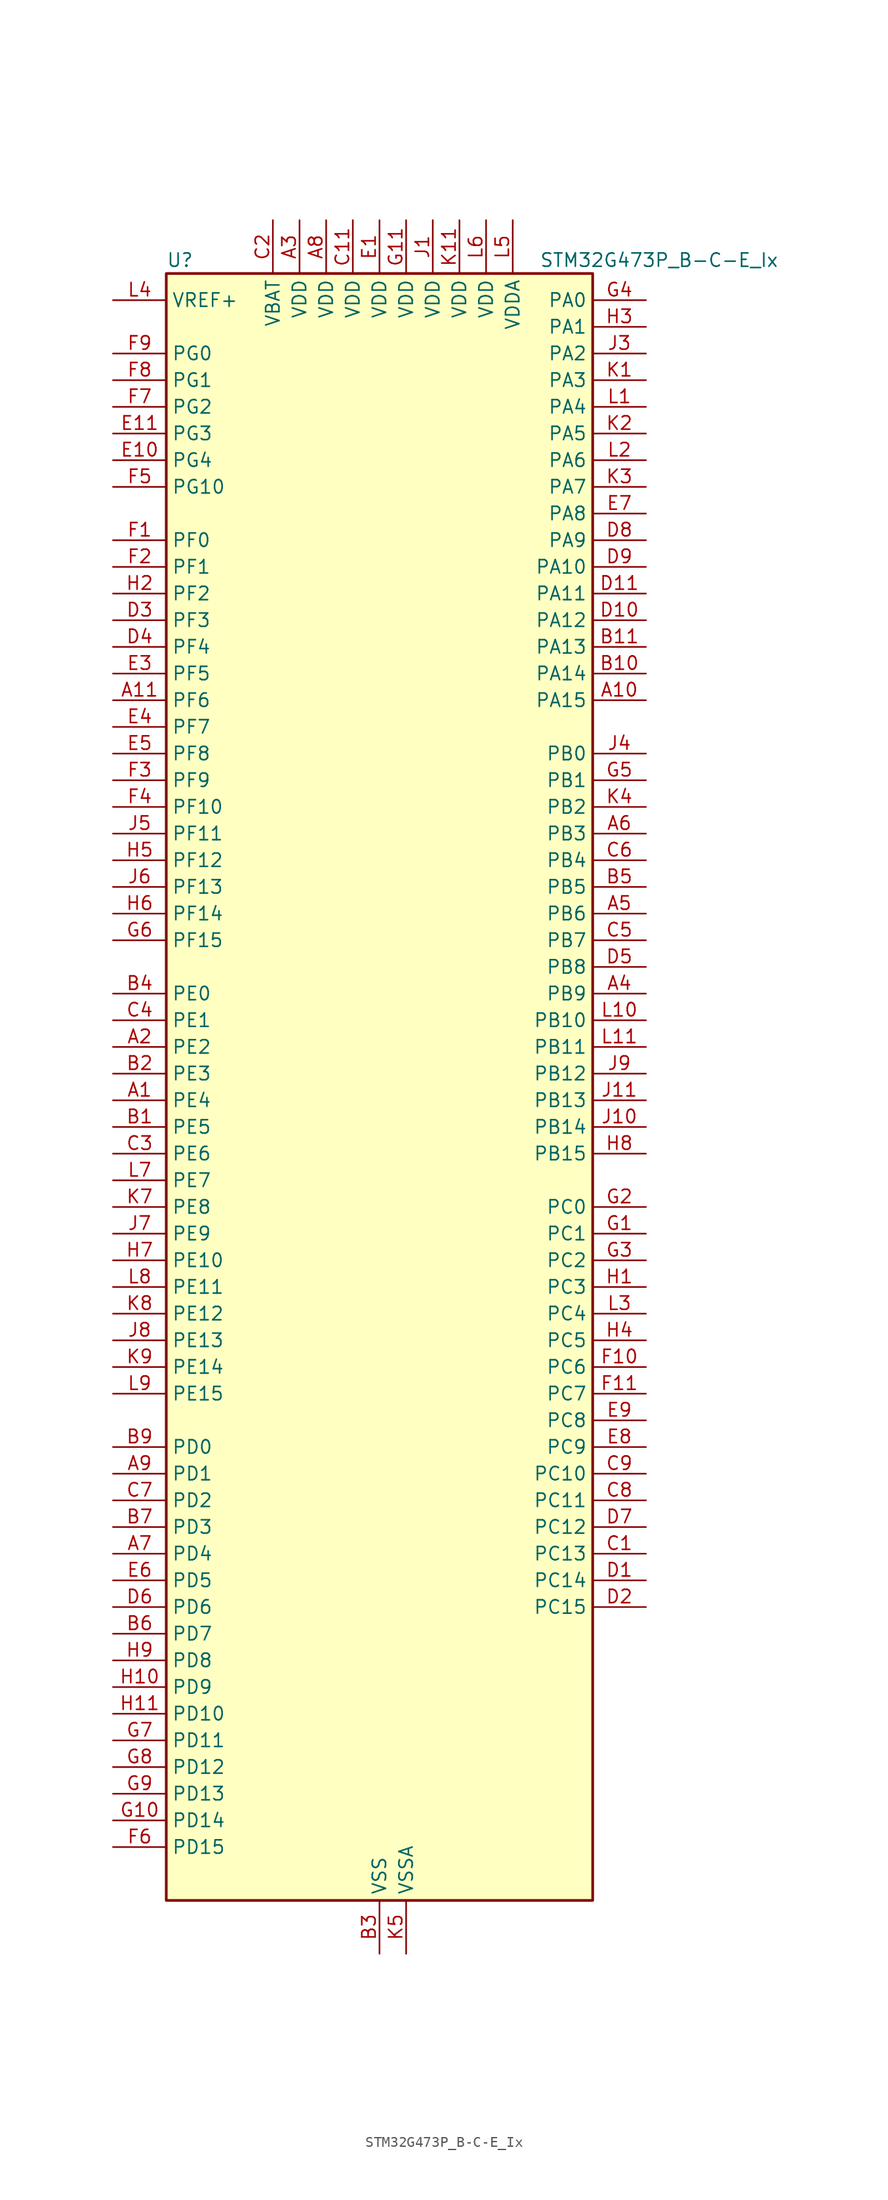
<source format=kicad_sym>
(kicad_symbol_lib
  (version 20220914)
  (generator kicad_symbol_editor)
  (symbol "STM32G473P_B-C-E_Ix"
    (property "Reference" "U"
      (at -20.32 80.01 0)
      (effects (font (size 1.27 1.27)) (justify left)))
    (property "Value" "STM32G473P_B-C-E_Ix"
      (at 15.24 80.01 0)
      (effects (font (size 1.27 1.27)) (justify left)))
    (property "ki_locked" ""
      (at 0 0 0)
      (effects (font (size 1.27 1.27))))
    (symbol "STM32G473P_B-C-E_Ix_0_1"
      (rectangle (start -20.32 -76.2) (end 20.32 78.74) (stroke (width 0.254) (type default)) (fill (type background))))
    (symbol "STM32G473P_B-C-E_Ix_1_1"
      (pin bidirectional line (at -25.4 0 0) (length 5.08) (name "PE4" (effects (font (size 1.27 1.27)))) (number "A1" (effects (font (size 1.27 1.27)))) (alternate "FMC_A20" bidirectional line) (alternate "SAI1_D2" bidirectional line) (alternate "SAI1_FS_A" bidirectional line) (alternate "SPI4_NSS" bidirectional line) (alternate "SYS_TRACED1" bidirectional line) (alternate "TIM20_CH1N" bidirectional line) (alternate "TIM3_CH3" bidirectional line))
      (pin bidirectional line (at 25.4 38.1 180) (length 5.08) (name "PA15" (effects (font (size 1.27 1.27)))) (number "A10" (effects (font (size 1.27 1.27)))) (alternate "ADC1_EXTI15" bidirectional line) (alternate "ADC2_EXTI15" bidirectional line) (alternate "FDCAN3_TX" bidirectional line) (alternate "I2C1_SCL" bidirectional line) (alternate "I2S3_WS" bidirectional line) (alternate "SPI1_NSS" bidirectional line) (alternate "SPI3_NSS" bidirectional line) (alternate "SYS_JTDI" bidirectional line) (alternate "TIM1_BKIN" bidirectional line) (alternate "TIM2_CH1" bidirectional line) (alternate "TIM2_ETR" bidirectional line) (alternate "TIM8_CH1" bidirectional line) (alternate "UART4_DE" bidirectional line) (alternate "UART4_RTS" bidirectional line) (alternate "USART2_RX" bidirectional line))
      (pin bidirectional line (at -25.4 38.1 0) (length 5.08) (name "PF6" (effects (font (size 1.27 1.27)))) (number "A11" (effects (font (size 1.27 1.27)))) (alternate "I2C2_SCL" bidirectional line) (alternate "QUADSPI1_BK1_IO3" bidirectional line) (alternate "SAI1_SD_B" bidirectional line) (alternate "TIM4_CH4" bidirectional line) (alternate "TIM5_CH1" bidirectional line) (alternate "TIM5_ETR" bidirectional line) (alternate "USART3_RTS" bidirectional line))
      (pin bidirectional line (at -25.4 5.08 0) (length 5.08) (name "PE2" (effects (font (size 1.27 1.27)))) (number "A2" (effects (font (size 1.27 1.27)))) (alternate "ADC3_EXTI2" bidirectional line) (alternate "ADC4_EXTI2" bidirectional line) (alternate "ADC5_EXTI2" bidirectional line) (alternate "FMC_A23" bidirectional line) (alternate "SAI1_CK1" bidirectional line) (alternate "SAI1_MCLK_A" bidirectional line) (alternate "SPI4_SCK" bidirectional line) (alternate "SYS_TRACECLK" bidirectional line) (alternate "TIM20_CH1" bidirectional line) (alternate "TIM3_CH1" bidirectional line))
      (pin power_in line (at -7.62 83.82 270) (length 5.08) (name "VDD" (effects (font (size 1.27 1.27)))) (number "A3" (effects (font (size 1.27 1.27)))))
      (pin bidirectional line (at 25.4 10.16 180) (length 5.08) (name "PB9" (effects (font (size 1.27 1.27)))) (number "A4" (effects (font (size 1.27 1.27)))) (alternate "COMP2_OUT" bidirectional line) (alternate "DAC1_EXTI9" bidirectional line) (alternate "DAC2_EXTI9" bidirectional line) (alternate "DAC3_EXTI9" bidirectional line) (alternate "DAC4_EXTI9" bidirectional line) (alternate "FDCAN1_TX" bidirectional line) (alternate "I2C1_SDA" bidirectional line) (alternate "IR_OUT" bidirectional line) (alternate "SAI1_D2" bidirectional line) (alternate "SAI1_FS_A" bidirectional line) (alternate "TIM17_CH1" bidirectional line) (alternate "TIM1_CH3N" bidirectional line) (alternate "TIM4_CH4" bidirectional line) (alternate "TIM8_CH3" bidirectional line) (alternate "USART3_TX" bidirectional line))
      (pin bidirectional line (at 25.4 17.78 180) (length 5.08) (name "PB6" (effects (font (size 1.27 1.27)))) (number "A5" (effects (font (size 1.27 1.27)))) (alternate "COMP4_OUT" bidirectional line) (alternate "FDCAN2_TX" bidirectional line) (alternate "LPTIM1_ETR" bidirectional line) (alternate "SAI1_FS_B" bidirectional line) (alternate "TIM16_CH1N" bidirectional line) (alternate "TIM4_CH1" bidirectional line) (alternate "TIM8_BKIN2" bidirectional line) (alternate "TIM8_CH1" bidirectional line) (alternate "TIM8_ETR" bidirectional line) (alternate "UCPD1_CC1" bidirectional line) (alternate "USART1_TX" bidirectional line))
      (pin bidirectional line (at 25.4 25.4 180) (length 5.08) (name "PB3" (effects (font (size 1.27 1.27)))) (number "A6" (effects (font (size 1.27 1.27)))) (alternate "ADC3_EXTI3" bidirectional line) (alternate "ADC4_EXTI3" bidirectional line) (alternate "ADC5_EXTI3" bidirectional line) (alternate "CRS_SYNC" bidirectional line) (alternate "FDCAN3_RX" bidirectional line) (alternate "I2S3_CK" bidirectional line) (alternate "SAI1_SCK_B" bidirectional line) (alternate "SPI1_SCK" bidirectional line) (alternate "SPI3_SCK" bidirectional line) (alternate "SYS_JTDO-SWO" bidirectional line) (alternate "TIM2_CH2" bidirectional line) (alternate "TIM3_ETR" bidirectional line) (alternate "TIM4_ETR" bidirectional line) (alternate "TIM8_CH1N" bidirectional line) (alternate "USART2_TX" bidirectional line))
      (pin bidirectional line (at -25.4 -43.18 0) (length 5.08) (name "PD4" (effects (font (size 1.27 1.27)))) (number "A7" (effects (font (size 1.27 1.27)))) (alternate "FMC_NOE" bidirectional line) (alternate "QUADSPI1_BK2_IO0" bidirectional line) (alternate "TIM2_CH2" bidirectional line) (alternate "USART2_DE" bidirectional line) (alternate "USART2_RTS" bidirectional line))
      (pin power_in line (at -5.08 83.82 270) (length 5.08) (name "VDD" (effects (font (size 1.27 1.27)))) (number "A8" (effects (font (size 1.27 1.27)))))
      (pin bidirectional line (at -25.4 -35.56 0) (length 5.08) (name "PD1" (effects (font (size 1.27 1.27)))) (number "A9" (effects (font (size 1.27 1.27)))) (alternate "FDCAN1_TX" bidirectional line) (alternate "FMC_D3" bidirectional line) (alternate "FMC_DA3" bidirectional line) (alternate "TIM8_BKIN2" bidirectional line) (alternate "TIM8_CH4" bidirectional line))
      (pin bidirectional line (at -25.4 -2.54 0) (length 5.08) (name "PE5" (effects (font (size 1.27 1.27)))) (number "B1" (effects (font (size 1.27 1.27)))) (alternate "FMC_A21" bidirectional line) (alternate "SAI1_CK2" bidirectional line) (alternate "SAI1_SCK_A" bidirectional line) (alternate "SPI4_MISO" bidirectional line) (alternate "SYS_TRACED2" bidirectional line) (alternate "TIM20_CH2N" bidirectional line) (alternate "TIM3_CH4" bidirectional line))
      (pin bidirectional line (at 25.4 40.64 180) (length 5.08) (name "PA14" (effects (font (size 1.27 1.27)))) (number "B10" (effects (font (size 1.27 1.27)))) (alternate "I2C1_SDA" bidirectional line) (alternate "I2C4_SMBA" bidirectional line) (alternate "LPTIM1_OUT" bidirectional line) (alternate "SAI1_FS_B" bidirectional line) (alternate "SYS_JTCK-SWCLK" bidirectional line) (alternate "TIM1_BKIN" bidirectional line) (alternate "TIM8_CH2" bidirectional line) (alternate "USART2_TX" bidirectional line))
      (pin bidirectional line (at 25.4 43.18 180) (length 5.08) (name "PA13" (effects (font (size 1.27 1.27)))) (number "B11" (effects (font (size 1.27 1.27)))) (alternate "I2C1_SCL" bidirectional line) (alternate "I2C4_SCL" bidirectional line) (alternate "IR_OUT" bidirectional line) (alternate "SAI1_SD_B" bidirectional line) (alternate "SYS_JTMS-SWDIO" bidirectional line) (alternate "TIM16_CH1N" bidirectional line) (alternate "TIM4_CH3" bidirectional line) (alternate "USART3_CTS" bidirectional line) (alternate "USART3_NSS" bidirectional line))
      (pin bidirectional line (at -25.4 2.54 0) (length 5.08) (name "PE3" (effects (font (size 1.27 1.27)))) (number "B2" (effects (font (size 1.27 1.27)))) (alternate "ADC3_EXTI3" bidirectional line) (alternate "ADC4_EXTI3" bidirectional line) (alternate "ADC5_EXTI3" bidirectional line) (alternate "FMC_A19" bidirectional line) (alternate "SAI1_SD_B" bidirectional line) (alternate "SPI4_NSS" bidirectional line) (alternate "SYS_TRACED0" bidirectional line) (alternate "TIM20_CH2" bidirectional line) (alternate "TIM3_CH2" bidirectional line))
      (pin power_in line (at 0 -81.28 90) (length 5.08) (name "VSS" (effects (font (size 1.27 1.27)))) (number "B3" (effects (font (size 1.27 1.27)))))
      (pin bidirectional line (at -25.4 10.16 0) (length 5.08) (name "PE0" (effects (font (size 1.27 1.27)))) (number "B4" (effects (font (size 1.27 1.27)))) (alternate "FMC_NBL0" bidirectional line) (alternate "TIM16_CH1" bidirectional line) (alternate "TIM20_CH4N" bidirectional line) (alternate "TIM20_ETR" bidirectional line) (alternate "TIM4_ETR" bidirectional line) (alternate "USART1_TX" bidirectional line))
      (pin bidirectional line (at 25.4 20.32 180) (length 5.08) (name "PB5" (effects (font (size 1.27 1.27)))) (number "B5" (effects (font (size 1.27 1.27)))) (alternate "FDCAN2_RX" bidirectional line) (alternate "I2C1_SMBA" bidirectional line) (alternate "I2C3_SDA" bidirectional line) (alternate "I2S3_SD" bidirectional line) (alternate "LPTIM1_IN1" bidirectional line) (alternate "SAI1_SD_B" bidirectional line) (alternate "SPI1_MOSI" bidirectional line) (alternate "SPI3_MOSI" bidirectional line) (alternate "TIM16_BKIN" bidirectional line) (alternate "TIM17_CH1" bidirectional line) (alternate "TIM3_CH2" bidirectional line) (alternate "TIM8_CH3N" bidirectional line) (alternate "UART5_CTS" bidirectional line) (alternate "USART2_CK" bidirectional line))
      (pin bidirectional line (at -25.4 -50.8 0) (length 5.08) (name "PD7" (effects (font (size 1.27 1.27)))) (number "B6" (effects (font (size 1.27 1.27)))) (alternate "FMC_NCE" bidirectional line) (alternate "FMC_NE1" bidirectional line) (alternate "QUADSPI1_BK2_IO3" bidirectional line) (alternate "TIM2_CH3" bidirectional line) (alternate "USART2_CK" bidirectional line))
      (pin bidirectional line (at -25.4 -40.64 0) (length 5.08) (name "PD3" (effects (font (size 1.27 1.27)))) (number "B7" (effects (font (size 1.27 1.27)))) (alternate "ADC3_EXTI3" bidirectional line) (alternate "ADC4_EXTI3" bidirectional line) (alternate "ADC5_EXTI3" bidirectional line) (alternate "FMC_CLK" bidirectional line) (alternate "QUADSPI1_BK2_NCS" bidirectional line) (alternate "TIM2_CH1" bidirectional line) (alternate "TIM2_ETR" bidirectional line) (alternate "USART2_CTS" bidirectional line) (alternate "USART2_NSS" bidirectional line))
      (pin passive line (at 0 -81.28 90) (length 5.08) hide (name "VSS" (effects (font (size 1.27 1.27)))) (number "B8" (effects (font (size 1.27 1.27)))))
      (pin bidirectional line (at -25.4 -33.02 0) (length 5.08) (name "PD0" (effects (font (size 1.27 1.27)))) (number "B9" (effects (font (size 1.27 1.27)))) (alternate "FDCAN1_RX" bidirectional line) (alternate "FMC_D2" bidirectional line) (alternate "FMC_DA2" bidirectional line) (alternate "TIM8_CH4N" bidirectional line))
      (pin bidirectional line (at 25.4 -43.18 180) (length 5.08) (name "PC13" (effects (font (size 1.27 1.27)))) (number "C1" (effects (font (size 1.27 1.27)))) (alternate "RTC_OUT1" bidirectional line) (alternate "RTC_TAMP1" bidirectional line) (alternate "RTC_TS" bidirectional line) (alternate "SYS_WKUP2" bidirectional line) (alternate "TIM1_BKIN" bidirectional line) (alternate "TIM1_CH1N" bidirectional line) (alternate "TIM8_CH4N" bidirectional line))
      (pin passive line (at 0 -81.28 90) (length 5.08) hide (name "VSS" (effects (font (size 1.27 1.27)))) (number "C10" (effects (font (size 1.27 1.27)))))
      (pin power_in line (at -2.54 83.82 270) (length 5.08) (name "VDD" (effects (font (size 1.27 1.27)))) (number "C11" (effects (font (size 1.27 1.27)))))
      (pin power_in line (at -10.16 83.82 270) (length 5.08) (name "VBAT" (effects (font (size 1.27 1.27)))) (number "C2" (effects (font (size 1.27 1.27)))))
      (pin bidirectional line (at -25.4 -5.08 0) (length 5.08) (name "PE6" (effects (font (size 1.27 1.27)))) (number "C3" (effects (font (size 1.27 1.27)))) (alternate "FMC_A22" bidirectional line) (alternate "RTC_TAMP3" bidirectional line) (alternate "SAI1_D1" bidirectional line) (alternate "SAI1_SD_A" bidirectional line) (alternate "SPI4_MOSI" bidirectional line) (alternate "SYS_TRACED3" bidirectional line) (alternate "SYS_WKUP3" bidirectional line) (alternate "TIM20_CH3N" bidirectional line))
      (pin bidirectional line (at -25.4 7.62 0) (length 5.08) (name "PE1" (effects (font (size 1.27 1.27)))) (number "C4" (effects (font (size 1.27 1.27)))) (alternate "FMC_NBL1" bidirectional line) (alternate "TIM17_CH1" bidirectional line) (alternate "TIM20_CH4" bidirectional line) (alternate "USART1_RX" bidirectional line))
      (pin bidirectional line (at 25.4 15.24 180) (length 5.08) (name "PB7" (effects (font (size 1.27 1.27)))) (number "C5" (effects (font (size 1.27 1.27)))) (alternate "COMP3_OUT" bidirectional line) (alternate "FMC_NL" bidirectional line) (alternate "I2C1_SDA" bidirectional line) (alternate "I2C4_SDA" bidirectional line) (alternate "LPTIM1_IN2" bidirectional line) (alternate "SYS_PVD_IN" bidirectional line) (alternate "TIM17_CH1N" bidirectional line) (alternate "TIM3_CH4" bidirectional line) (alternate "TIM4_CH2" bidirectional line) (alternate "TIM8_BKIN" bidirectional line) (alternate "UART4_CTS" bidirectional line) (alternate "USART1_RX" bidirectional line))
      (pin bidirectional line (at 25.4 22.86 180) (length 5.08) (name "PB4" (effects (font (size 1.27 1.27)))) (number "C6" (effects (font (size 1.27 1.27)))) (alternate "FDCAN3_TX" bidirectional line) (alternate "SAI1_MCLK_B" bidirectional line) (alternate "SPI1_MISO" bidirectional line) (alternate "SPI3_MISO" bidirectional line) (alternate "SYS_JTRST" bidirectional line) (alternate "TIM16_CH1" bidirectional line) (alternate "TIM17_BKIN" bidirectional line) (alternate "TIM3_CH1" bidirectional line) (alternate "TIM8_CH2N" bidirectional line) (alternate "UART5_DE" bidirectional line) (alternate "UART5_RTS" bidirectional line) (alternate "UCPD1_CC2" bidirectional line) (alternate "USART2_RX" bidirectional line))
      (pin bidirectional line (at -25.4 -38.1 0) (length 5.08) (name "PD2" (effects (font (size 1.27 1.27)))) (number "C7" (effects (font (size 1.27 1.27)))) (alternate "ADC3_EXTI2" bidirectional line) (alternate "ADC4_EXTI2" bidirectional line) (alternate "ADC5_EXTI2" bidirectional line) (alternate "TIM3_ETR" bidirectional line) (alternate "TIM8_BKIN" bidirectional line) (alternate "UART5_RX" bidirectional line))
      (pin bidirectional line (at 25.4 -38.1 180) (length 5.08) (name "PC11" (effects (font (size 1.27 1.27)))) (number "C8" (effects (font (size 1.27 1.27)))) (alternate "ADC1_EXTI11" bidirectional line) (alternate "ADC2_EXTI11" bidirectional line) (alternate "I2C3_SDA" bidirectional line) (alternate "SPI3_MISO" bidirectional line) (alternate "TIM8_CH2N" bidirectional line) (alternate "UART4_RX" bidirectional line) (alternate "USART3_RX" bidirectional line))
      (pin bidirectional line (at 25.4 -35.56 180) (length 5.08) (name "PC10" (effects (font (size 1.27 1.27)))) (number "C9" (effects (font (size 1.27 1.27)))) (alternate "DAC1_EXTI10" bidirectional line) (alternate "DAC2_EXTI10" bidirectional line) (alternate "DAC3_EXTI10" bidirectional line) (alternate "DAC4_EXTI10" bidirectional line) (alternate "I2S3_CK" bidirectional line) (alternate "SPI3_SCK" bidirectional line) (alternate "TIM8_CH1N" bidirectional line) (alternate "UART4_TX" bidirectional line) (alternate "USART3_TX" bidirectional line))
      (pin bidirectional line (at 25.4 -45.72 180) (length 5.08) (name "PC14" (effects (font (size 1.27 1.27)))) (number "D1" (effects (font (size 1.27 1.27)))) (alternate "RCC_OSC32_IN" bidirectional line))
      (pin bidirectional line (at 25.4 45.72 180) (length 5.08) (name "PA12" (effects (font (size 1.27 1.27)))) (number "D10" (effects (font (size 1.27 1.27)))) (alternate "COMP2_OUT" bidirectional line) (alternate "FDCAN1_TX" bidirectional line) (alternate "I2S_CKIN" bidirectional line) (alternate "TIM16_CH1" bidirectional line) (alternate "TIM1_CH2N" bidirectional line) (alternate "TIM1_ETR" bidirectional line) (alternate "TIM4_CH2" bidirectional line) (alternate "USART1_DE" bidirectional line) (alternate "USART1_RTS" bidirectional line) (alternate "USB_DP" bidirectional line))
      (pin bidirectional line (at 25.4 48.26 180) (length 5.08) (name "PA11" (effects (font (size 1.27 1.27)))) (number "D11" (effects (font (size 1.27 1.27)))) (alternate "ADC1_EXTI11" bidirectional line) (alternate "ADC2_EXTI11" bidirectional line) (alternate "COMP1_OUT" bidirectional line) (alternate "FDCAN1_RX" bidirectional line) (alternate "I2S2_SD" bidirectional line) (alternate "SPI2_MOSI" bidirectional line) (alternate "TIM1_BKIN2" bidirectional line) (alternate "TIM1_CH1N" bidirectional line) (alternate "TIM1_CH4" bidirectional line) (alternate "TIM4_CH1" bidirectional line) (alternate "USART1_CTS" bidirectional line) (alternate "USART1_NSS" bidirectional line) (alternate "USB_DM" bidirectional line))
      (pin bidirectional line (at 25.4 -48.26 180) (length 5.08) (name "PC15" (effects (font (size 1.27 1.27)))) (number "D2" (effects (font (size 1.27 1.27)))) (alternate "ADC1_EXTI15" bidirectional line) (alternate "ADC2_EXTI15" bidirectional line) (alternate "RCC_OSC32_OUT" bidirectional line))
      (pin bidirectional line (at -25.4 45.72 0) (length 5.08) (name "PF3" (effects (font (size 1.27 1.27)))) (number "D3" (effects (font (size 1.27 1.27)))) (alternate "ADC3_EXTI3" bidirectional line) (alternate "ADC4_EXTI3" bidirectional line) (alternate "ADC5_EXTI3" bidirectional line) (alternate "FMC_A3" bidirectional line) (alternate "I2C3_SCL" bidirectional line) (alternate "TIM20_CH4" bidirectional line))
      (pin bidirectional line (at -25.4 43.18 0) (length 5.08) (name "PF4" (effects (font (size 1.27 1.27)))) (number "D4" (effects (font (size 1.27 1.27)))) (alternate "COMP1_OUT" bidirectional line) (alternate "FMC_A4" bidirectional line) (alternate "I2C3_SDA" bidirectional line) (alternate "TIM20_CH1N" bidirectional line))
      (pin bidirectional line (at 25.4 12.7 180) (length 5.08) (name "PB8" (effects (font (size 1.27 1.27)))) (number "D5" (effects (font (size 1.27 1.27)))) (alternate "COMP1_OUT" bidirectional line) (alternate "FDCAN1_RX" bidirectional line) (alternate "I2C1_SCL" bidirectional line) (alternate "SAI1_CK1" bidirectional line) (alternate "SAI1_MCLK_A" bidirectional line) (alternate "TIM16_CH1" bidirectional line) (alternate "TIM1_BKIN" bidirectional line) (alternate "TIM4_CH3" bidirectional line) (alternate "TIM8_CH2" bidirectional line) (alternate "USART3_RX" bidirectional line))
      (pin bidirectional line (at -25.4 -48.26 0) (length 5.08) (name "PD6" (effects (font (size 1.27 1.27)))) (number "D6" (effects (font (size 1.27 1.27)))) (alternate "FMC_NWAIT" bidirectional line) (alternate "QUADSPI1_BK2_IO2" bidirectional line) (alternate "SAI1_D1" bidirectional line) (alternate "SAI1_SD_A" bidirectional line) (alternate "TIM2_CH4" bidirectional line) (alternate "USART2_RX" bidirectional line))
      (pin bidirectional line (at 25.4 -40.64 180) (length 5.08) (name "PC12" (effects (font (size 1.27 1.27)))) (number "D7" (effects (font (size 1.27 1.27)))) (alternate "I2S3_SD" bidirectional line) (alternate "SPI3_MOSI" bidirectional line) (alternate "TIM5_CH2" bidirectional line) (alternate "TIM8_CH3N" bidirectional line) (alternate "UART5_TX" bidirectional line) (alternate "UCPD1_FRSTX1" bidirectional line) (alternate "UCPD1_FRSTX2" bidirectional line) (alternate "USART3_CK" bidirectional line))
      (pin bidirectional line (at 25.4 53.34 180) (length 5.08) (name "PA9" (effects (font (size 1.27 1.27)))) (number "D8" (effects (font (size 1.27 1.27)))) (alternate "ADC5_IN2" bidirectional line) (alternate "COMP5_OUT" bidirectional line) (alternate "DAC1_EXTI9" bidirectional line) (alternate "DAC2_EXTI9" bidirectional line) (alternate "DAC3_EXTI9" bidirectional line) (alternate "DAC4_EXTI9" bidirectional line) (alternate "I2C2_SCL" bidirectional line) (alternate "I2C3_SMBA" bidirectional line) (alternate "I2S3_MCK" bidirectional line) (alternate "SAI1_FS_A" bidirectional line) (alternate "TIM15_BKIN" bidirectional line) (alternate "TIM1_CH2" bidirectional line) (alternate "TIM2_CH3" bidirectional line) (alternate "UCPD1_DBCC1" bidirectional line) (alternate "USART1_TX" bidirectional line))
      (pin bidirectional line (at 25.4 50.8 180) (length 5.08) (name "PA10" (effects (font (size 1.27 1.27)))) (number "D9" (effects (font (size 1.27 1.27)))) (alternate "COMP6_OUT" bidirectional line) (alternate "CRS_SYNC" bidirectional line) (alternate "DAC1_EXTI10" bidirectional line) (alternate "DAC2_EXTI10" bidirectional line) (alternate "DAC3_EXTI10" bidirectional line) (alternate "DAC4_EXTI10" bidirectional line) (alternate "I2C2_SMBA" bidirectional line) (alternate "SAI1_D1" bidirectional line) (alternate "SAI1_SD_A" bidirectional line) (alternate "SPI2_MISO" bidirectional line) (alternate "TIM17_BKIN" bidirectional line) (alternate "TIM1_CH3" bidirectional line) (alternate "TIM2_CH4" bidirectional line) (alternate "TIM8_BKIN" bidirectional line) (alternate "UCPD1_DBCC2" bidirectional line) (alternate "USART1_RX" bidirectional line))
      (pin power_in line (at 0 83.82 270) (length 5.08) (name "VDD" (effects (font (size 1.27 1.27)))) (number "E1" (effects (font (size 1.27 1.27)))))
      (pin bidirectional line (at -25.4 60.96 0) (length 5.08) (name "PG4" (effects (font (size 1.27 1.27)))) (number "E10" (effects (font (size 1.27 1.27)))) (alternate "FMC_A14" bidirectional line) (alternate "I2C4_SDA" bidirectional line) (alternate "SPI1_MOSI" bidirectional line) (alternate "TIM20_BKIN2" bidirectional line))
      (pin bidirectional line (at -25.4 63.5 0) (length 5.08) (name "PG3" (effects (font (size 1.27 1.27)))) (number "E11" (effects (font (size 1.27 1.27)))) (alternate "ADC3_EXTI3" bidirectional line) (alternate "ADC4_EXTI3" bidirectional line) (alternate "ADC5_EXTI3" bidirectional line) (alternate "FMC_A13" bidirectional line) (alternate "I2C4_SCL" bidirectional line) (alternate "SPI1_MISO" bidirectional line) (alternate "TIM20_BKIN" bidirectional line) (alternate "TIM20_CH4N" bidirectional line))
      (pin passive line (at 0 -81.28 90) (length 5.08) hide (name "VSS" (effects (font (size 1.27 1.27)))) (number "E2" (effects (font (size 1.27 1.27)))))
      (pin bidirectional line (at -25.4 40.64 0) (length 5.08) (name "PF5" (effects (font (size 1.27 1.27)))) (number "E3" (effects (font (size 1.27 1.27)))) (alternate "FMC_A5" bidirectional line) (alternate "TIM20_CH2N" bidirectional line))
      (pin bidirectional line (at -25.4 35.56 0) (length 5.08) (name "PF7" (effects (font (size 1.27 1.27)))) (number "E4" (effects (font (size 1.27 1.27)))) (alternate "FMC_A1" bidirectional line) (alternate "QUADSPI1_BK1_IO2" bidirectional line) (alternate "SAI1_MCLK_B" bidirectional line) (alternate "TIM20_BKIN" bidirectional line) (alternate "TIM5_CH2" bidirectional line))
      (pin bidirectional line (at -25.4 33.02 0) (length 5.08) (name "PF8" (effects (font (size 1.27 1.27)))) (number "E5" (effects (font (size 1.27 1.27)))) (alternate "FMC_A24" bidirectional line) (alternate "QUADSPI1_BK1_IO0" bidirectional line) (alternate "SAI1_SCK_B" bidirectional line) (alternate "TIM20_BKIN2" bidirectional line) (alternate "TIM5_CH3" bidirectional line))
      (pin bidirectional line (at -25.4 -45.72 0) (length 5.08) (name "PD5" (effects (font (size 1.27 1.27)))) (number "E6" (effects (font (size 1.27 1.27)))) (alternate "FMC_NWE" bidirectional line) (alternate "QUADSPI1_BK2_IO1" bidirectional line) (alternate "USART2_TX" bidirectional line))
      (pin bidirectional line (at 25.4 55.88 180) (length 5.08) (name "PA8" (effects (font (size 1.27 1.27)))) (number "E7" (effects (font (size 1.27 1.27)))) (alternate "ADC5_IN1" bidirectional line) (alternate "COMP7_OUT" bidirectional line) (alternate "FDCAN3_RX" bidirectional line) (alternate "I2C2_SDA" bidirectional line) (alternate "I2C3_SCL" bidirectional line) (alternate "I2S2_MCK" bidirectional line) (alternate "OPAMP5_VOUT" bidirectional line) (alternate "RCC_MCO" bidirectional line) (alternate "SAI1_CK2" bidirectional line) (alternate "SAI1_SCK_A" bidirectional line) (alternate "TIM1_CH1" bidirectional line) (alternate "TIM4_ETR" bidirectional line) (alternate "USART1_CK" bidirectional line))
      (pin bidirectional line (at 25.4 -33.02 180) (length 5.08) (name "PC9" (effects (font (size 1.27 1.27)))) (number "E8" (effects (font (size 1.27 1.27)))) (alternate "DAC1_EXTI9" bidirectional line) (alternate "DAC2_EXTI9" bidirectional line) (alternate "DAC3_EXTI9" bidirectional line) (alternate "DAC4_EXTI9" bidirectional line) (alternate "I2C3_SDA" bidirectional line) (alternate "I2S_CKIN" bidirectional line) (alternate "TIM3_CH4" bidirectional line) (alternate "TIM8_BKIN2" bidirectional line) (alternate "TIM8_CH4" bidirectional line))
      (pin bidirectional line (at 25.4 -30.48 180) (length 5.08) (name "PC8" (effects (font (size 1.27 1.27)))) (number "E9" (effects (font (size 1.27 1.27)))) (alternate "COMP7_OUT" bidirectional line) (alternate "I2C3_SCL" bidirectional line) (alternate "TIM20_CH3" bidirectional line) (alternate "TIM3_CH3" bidirectional line) (alternate "TIM8_CH3" bidirectional line))
      (pin bidirectional line (at -25.4 53.34 0) (length 5.08) (name "PF0" (effects (font (size 1.27 1.27)))) (number "F1" (effects (font (size 1.27 1.27)))) (alternate "ADC1_IN10" bidirectional line) (alternate "I2C2_SDA" bidirectional line) (alternate "I2S2_WS" bidirectional line) (alternate "RCC_OSC_IN" bidirectional line) (alternate "SPI2_NSS" bidirectional line) (alternate "TIM1_CH3N" bidirectional line))
      (pin bidirectional line (at 25.4 -25.4 180) (length 5.08) (name "PC6" (effects (font (size 1.27 1.27)))) (number "F10" (effects (font (size 1.27 1.27)))) (alternate "COMP6_OUT" bidirectional line) (alternate "I2C4_SCL" bidirectional line) (alternate "I2S2_MCK" bidirectional line) (alternate "TIM3_CH1" bidirectional line) (alternate "TIM8_CH1" bidirectional line))
      (pin bidirectional line (at 25.4 -27.94 180) (length 5.08) (name "PC7" (effects (font (size 1.27 1.27)))) (number "F11" (effects (font (size 1.27 1.27)))) (alternate "COMP5_OUT" bidirectional line) (alternate "I2C4_SDA" bidirectional line) (alternate "I2S3_MCK" bidirectional line) (alternate "TIM3_CH2" bidirectional line) (alternate "TIM8_CH2" bidirectional line))
      (pin bidirectional line (at -25.4 50.8 0) (length 5.08) (name "PF1" (effects (font (size 1.27 1.27)))) (number "F2" (effects (font (size 1.27 1.27)))) (alternate "ADC2_IN10" bidirectional line) (alternate "COMP3_INM" bidirectional line) (alternate "I2S2_CK" bidirectional line) (alternate "RCC_OSC_OUT" bidirectional line) (alternate "SPI2_SCK" bidirectional line))
      (pin bidirectional line (at -25.4 30.48 0) (length 5.08) (name "PF9" (effects (font (size 1.27 1.27)))) (number "F3" (effects (font (size 1.27 1.27)))) (alternate "DAC1_EXTI9" bidirectional line) (alternate "DAC2_EXTI9" bidirectional line) (alternate "DAC3_EXTI9" bidirectional line) (alternate "DAC4_EXTI9" bidirectional line) (alternate "FMC_A25" bidirectional line) (alternate "QUADSPI1_BK1_IO1" bidirectional line) (alternate "SAI1_FS_B" bidirectional line) (alternate "SPI2_SCK" bidirectional line) (alternate "TIM15_CH1" bidirectional line) (alternate "TIM20_BKIN" bidirectional line) (alternate "TIM5_CH4" bidirectional line))
      (pin bidirectional line (at -25.4 27.94 0) (length 5.08) (name "PF10" (effects (font (size 1.27 1.27)))) (number "F4" (effects (font (size 1.27 1.27)))) (alternate "DAC1_EXTI10" bidirectional line) (alternate "DAC2_EXTI10" bidirectional line) (alternate "DAC3_EXTI10" bidirectional line) (alternate "DAC4_EXTI10" bidirectional line) (alternate "FMC_A0" bidirectional line) (alternate "QUADSPI1_CLK" bidirectional line) (alternate "SAI1_D3" bidirectional line) (alternate "SPI2_SCK" bidirectional line) (alternate "TIM15_CH2" bidirectional line) (alternate "TIM20_BKIN2" bidirectional line))
      (pin bidirectional line (at -25.4 58.42 0) (length 5.08) (name "PG10" (effects (font (size 1.27 1.27)))) (number "F5" (effects (font (size 1.27 1.27)))) (alternate "DAC1_EXTI10" bidirectional line) (alternate "DAC2_EXTI10" bidirectional line) (alternate "DAC3_EXTI10" bidirectional line) (alternate "DAC4_EXTI10" bidirectional line) (alternate "RCC_MCO" bidirectional line))
      (pin bidirectional line (at -25.4 -71.12 0) (length 5.08) (name "PD15" (effects (font (size 1.27 1.27)))) (number "F6" (effects (font (size 1.27 1.27)))) (alternate "ADC1_EXTI15" bidirectional line) (alternate "ADC2_EXTI15" bidirectional line) (alternate "COMP7_INM" bidirectional line) (alternate "FMC_D1" bidirectional line) (alternate "FMC_DA1" bidirectional line) (alternate "SPI2_NSS" bidirectional line) (alternate "TIM4_CH4" bidirectional line))
      (pin bidirectional line (at -25.4 66.04 0) (length 5.08) (name "PG2" (effects (font (size 1.27 1.27)))) (number "F7" (effects (font (size 1.27 1.27)))) (alternate "ADC3_EXTI2" bidirectional line) (alternate "ADC4_EXTI2" bidirectional line) (alternate "ADC5_EXTI2" bidirectional line) (alternate "FMC_A12" bidirectional line) (alternate "SPI1_SCK" bidirectional line) (alternate "TIM20_CH3N" bidirectional line))
      (pin bidirectional line (at -25.4 68.58 0) (length 5.08) (name "PG1" (effects (font (size 1.27 1.27)))) (number "F8" (effects (font (size 1.27 1.27)))) (alternate "FMC_A11" bidirectional line) (alternate "TIM20_CH2N" bidirectional line))
      (pin bidirectional line (at -25.4 71.12 0) (length 5.08) (name "PG0" (effects (font (size 1.27 1.27)))) (number "F9" (effects (font (size 1.27 1.27)))) (alternate "FMC_A10" bidirectional line) (alternate "TIM20_CH1N" bidirectional line))
      (pin bidirectional line (at 25.4 -12.7 180) (length 5.08) (name "PC1" (effects (font (size 1.27 1.27)))) (number "G1" (effects (font (size 1.27 1.27)))) (alternate "ADC1_IN7" bidirectional line) (alternate "ADC2_IN7" bidirectional line) (alternate "COMP3_INP" bidirectional line) (alternate "LPTIM1_OUT" bidirectional line) (alternate "LPUART1_TX" bidirectional line) (alternate "QUADSPI1_BK2_IO0" bidirectional line) (alternate "SAI1_SD_A" bidirectional line) (alternate "TIM1_CH2" bidirectional line))
      (pin bidirectional line (at -25.4 -68.58 0) (length 5.08) (name "PD14" (effects (font (size 1.27 1.27)))) (number "G10" (effects (font (size 1.27 1.27)))) (alternate "ADC3_IN11" bidirectional line) (alternate "ADC4_IN11" bidirectional line) (alternate "ADC5_IN11" bidirectional line) (alternate "COMP7_INP" bidirectional line) (alternate "FMC_D0" bidirectional line) (alternate "FMC_DA0" bidirectional line) (alternate "OPAMP2_VINP" bidirectional line) (alternate "OPAMP2_VINP_SEC" bidirectional line) (alternate "TIM4_CH3" bidirectional line))
      (pin power_in line (at 2.54 83.82 270) (length 5.08) (name "VDD" (effects (font (size 1.27 1.27)))) (number "G11" (effects (font (size 1.27 1.27)))))
      (pin bidirectional line (at 25.4 -10.16 180) (length 5.08) (name "PC0" (effects (font (size 1.27 1.27)))) (number "G2" (effects (font (size 1.27 1.27)))) (alternate "ADC1_IN6" bidirectional line) (alternate "ADC2_IN6" bidirectional line) (alternate "COMP3_INM" bidirectional line) (alternate "LPTIM1_IN1" bidirectional line) (alternate "LPUART1_RX" bidirectional line) (alternate "TIM1_CH1" bidirectional line))
      (pin bidirectional line (at 25.4 -15.24 180) (length 5.08) (name "PC2" (effects (font (size 1.27 1.27)))) (number "G3" (effects (font (size 1.27 1.27)))) (alternate "ADC1_IN8" bidirectional line) (alternate "ADC2_IN8" bidirectional line) (alternate "ADC3_EXTI2" bidirectional line) (alternate "ADC4_EXTI2" bidirectional line) (alternate "ADC5_EXTI2" bidirectional line) (alternate "COMP3_OUT" bidirectional line) (alternate "LPTIM1_IN2" bidirectional line) (alternate "QUADSPI1_BK2_IO1" bidirectional line) (alternate "TIM1_CH3" bidirectional line) (alternate "TIM20_CH2" bidirectional line))
      (pin bidirectional line (at 25.4 76.2 180) (length 5.08) (name "PA0" (effects (font (size 1.27 1.27)))) (number "G4" (effects (font (size 1.27 1.27)))) (alternate "ADC1_IN1" bidirectional line) (alternate "ADC2_IN1" bidirectional line) (alternate "COMP1_INM" bidirectional line) (alternate "COMP1_OUT" bidirectional line) (alternate "COMP3_INP" bidirectional line) (alternate "RTC_TAMP2" bidirectional line) (alternate "SYS_WKUP1" bidirectional line) (alternate "TIM2_CH1" bidirectional line) (alternate "TIM2_ETR" bidirectional line) (alternate "TIM5_CH1" bidirectional line) (alternate "TIM8_BKIN" bidirectional line) (alternate "TIM8_ETR" bidirectional line) (alternate "USART2_CTS" bidirectional line) (alternate "USART2_NSS" bidirectional line))
      (pin bidirectional line (at 25.4 30.48 180) (length 5.08) (name "PB1" (effects (font (size 1.27 1.27)))) (number "G5" (effects (font (size 1.27 1.27)))) (alternate "ADC1_IN12" bidirectional line) (alternate "ADC3_IN1" bidirectional line) (alternate "COMP1_INP" bidirectional line) (alternate "COMP4_OUT" bidirectional line) (alternate "LPUART1_DE" bidirectional line) (alternate "LPUART1_RTS" bidirectional line) (alternate "OPAMP3_VOUT" bidirectional line) (alternate "OPAMP6_VINM" bidirectional line) (alternate "OPAMP6_VINM1" bidirectional line) (alternate "OPAMP6_VINM_SEC" bidirectional line) (alternate "QUADSPI1_BK1_IO0" bidirectional line) (alternate "TIM1_CH3N" bidirectional line) (alternate "TIM3_CH4" bidirectional line) (alternate "TIM8_CH3N" bidirectional line))
      (pin bidirectional line (at -25.4 15.24 0) (length 5.08) (name "PF15" (effects (font (size 1.27 1.27)))) (number "G6" (effects (font (size 1.27 1.27)))) (alternate "ADC1_EXTI15" bidirectional line) (alternate "ADC2_EXTI15" bidirectional line) (alternate "FMC_A9" bidirectional line) (alternate "I2C4_SDA" bidirectional line) (alternate "TIM20_CH4" bidirectional line))
      (pin bidirectional line (at -25.4 -60.96 0) (length 5.08) (name "PD11" (effects (font (size 1.27 1.27)))) (number "G7" (effects (font (size 1.27 1.27)))) (alternate "ADC1_EXTI11" bidirectional line) (alternate "ADC2_EXTI11" bidirectional line) (alternate "ADC3_IN8" bidirectional line) (alternate "ADC4_IN8" bidirectional line) (alternate "ADC5_IN8" bidirectional line) (alternate "COMP6_INP" bidirectional line) (alternate "FMC_A16" bidirectional line) (alternate "FMC_CLE" bidirectional line) (alternate "I2C4_SMBA" bidirectional line) (alternate "OPAMP4_VINP" bidirectional line) (alternate "OPAMP4_VINP_SEC" bidirectional line) (alternate "TIM5_ETR" bidirectional line) (alternate "USART3_CTS" bidirectional line) (alternate "USART3_NSS" bidirectional line))
      (pin bidirectional line (at -25.4 -63.5 0) (length 5.08) (name "PD12" (effects (font (size 1.27 1.27)))) (number "G8" (effects (font (size 1.27 1.27)))) (alternate "ADC3_IN9" bidirectional line) (alternate "ADC4_IN9" bidirectional line) (alternate "ADC5_IN9" bidirectional line) (alternate "COMP5_INP" bidirectional line) (alternate "FMC_A17" bidirectional line) (alternate "FMC_ALE" bidirectional line) (alternate "OPAMP5_VINP" bidirectional line) (alternate "OPAMP5_VINP_SEC" bidirectional line) (alternate "TIM4_CH1" bidirectional line) (alternate "USART3_DE" bidirectional line) (alternate "USART3_RTS" bidirectional line))
      (pin bidirectional line (at -25.4 -66.04 0) (length 5.08) (name "PD13" (effects (font (size 1.27 1.27)))) (number "G9" (effects (font (size 1.27 1.27)))) (alternate "ADC3_IN10" bidirectional line) (alternate "ADC4_IN10" bidirectional line) (alternate "ADC5_IN10" bidirectional line) (alternate "COMP5_INM" bidirectional line) (alternate "FMC_A18" bidirectional line) (alternate "TIM4_CH2" bidirectional line))
      (pin bidirectional line (at 25.4 -17.78 180) (length 5.08) (name "PC3" (effects (font (size 1.27 1.27)))) (number "H1" (effects (font (size 1.27 1.27)))) (alternate "ADC1_IN9" bidirectional line) (alternate "ADC2_IN9" bidirectional line) (alternate "ADC3_EXTI3" bidirectional line) (alternate "ADC4_EXTI3" bidirectional line) (alternate "ADC5_EXTI3" bidirectional line) (alternate "LPTIM1_ETR" bidirectional line) (alternate "OPAMP5_VINP" bidirectional line) (alternate "OPAMP5_VINP_SEC" bidirectional line) (alternate "QUADSPI1_BK2_IO2" bidirectional line) (alternate "SAI1_D1" bidirectional line) (alternate "SAI1_SD_A" bidirectional line) (alternate "TIM1_BKIN2" bidirectional line) (alternate "TIM1_CH4" bidirectional line))
      (pin bidirectional line (at -25.4 -55.88 0) (length 5.08) (name "PD9" (effects (font (size 1.27 1.27)))) (number "H10" (effects (font (size 1.27 1.27)))) (alternate "ADC4_IN13" bidirectional line) (alternate "ADC5_IN13" bidirectional line) (alternate "DAC1_EXTI9" bidirectional line) (alternate "DAC2_EXTI9" bidirectional line) (alternate "DAC3_EXTI9" bidirectional line) (alternate "DAC4_EXTI9" bidirectional line) (alternate "FMC_D14" bidirectional line) (alternate "FMC_DA14" bidirectional line) (alternate "OPAMP6_VINP" bidirectional line) (alternate "OPAMP6_VINP_SEC" bidirectional line) (alternate "USART3_RX" bidirectional line))
      (pin bidirectional line (at -25.4 -58.42 0) (length 5.08) (name "PD10" (effects (font (size 1.27 1.27)))) (number "H11" (effects (font (size 1.27 1.27)))) (alternate "ADC3_IN7" bidirectional line) (alternate "ADC4_IN7" bidirectional line) (alternate "ADC5_IN7" bidirectional line) (alternate "COMP6_INM" bidirectional line) (alternate "DAC1_EXTI10" bidirectional line) (alternate "DAC2_EXTI10" bidirectional line) (alternate "DAC3_EXTI10" bidirectional line) (alternate "DAC4_EXTI10" bidirectional line) (alternate "FMC_D15" bidirectional line) (alternate "FMC_DA15" bidirectional line) (alternate "USART3_CK" bidirectional line))
      (pin bidirectional line (at -25.4 48.26 0) (length 5.08) (name "PF2" (effects (font (size 1.27 1.27)))) (number "H2" (effects (font (size 1.27 1.27)))) (alternate "ADC3_EXTI2" bidirectional line) (alternate "ADC4_EXTI2" bidirectional line) (alternate "ADC5_EXTI2" bidirectional line) (alternate "FMC_A2" bidirectional line) (alternate "I2C2_SMBA" bidirectional line) (alternate "TIM20_CH3" bidirectional line))
      (pin bidirectional line (at 25.4 73.66 180) (length 5.08) (name "PA1" (effects (font (size 1.27 1.27)))) (number "H3" (effects (font (size 1.27 1.27)))) (alternate "ADC1_IN2" bidirectional line) (alternate "ADC2_IN2" bidirectional line) (alternate "COMP1_INP" bidirectional line) (alternate "OPAMP1_VINP" bidirectional line) (alternate "OPAMP1_VINP_SEC" bidirectional line) (alternate "OPAMP3_VINP" bidirectional line) (alternate "OPAMP3_VINP_SEC" bidirectional line) (alternate "OPAMP6_VINM" bidirectional line) (alternate "OPAMP6_VINM0" bidirectional line) (alternate "OPAMP6_VINM_SEC" bidirectional line) (alternate "RTC_REFIN" bidirectional line) (alternate "TIM15_CH1N" bidirectional line) (alternate "TIM2_CH2" bidirectional line) (alternate "TIM5_CH2" bidirectional line) (alternate "USART2_DE" bidirectional line) (alternate "USART2_RTS" bidirectional line))
      (pin bidirectional line (at 25.4 -22.86 180) (length 5.08) (name "PC5" (effects (font (size 1.27 1.27)))) (number "H4" (effects (font (size 1.27 1.27)))) (alternate "ADC2_IN11" bidirectional line) (alternate "OPAMP1_VINM" bidirectional line) (alternate "OPAMP1_VINM1" bidirectional line) (alternate "OPAMP1_VINM_SEC" bidirectional line) (alternate "OPAMP2_VINM" bidirectional line) (alternate "OPAMP2_VINM1" bidirectional line) (alternate "OPAMP2_VINM_SEC" bidirectional line) (alternate "SAI1_D3" bidirectional line) (alternate "SYS_WKUP5" bidirectional line) (alternate "TIM15_BKIN" bidirectional line) (alternate "TIM1_CH4N" bidirectional line) (alternate "USART1_RX" bidirectional line))
      (pin bidirectional line (at -25.4 22.86 0) (length 5.08) (name "PF12" (effects (font (size 1.27 1.27)))) (number "H5" (effects (font (size 1.27 1.27)))) (alternate "FMC_A6" bidirectional line) (alternate "TIM20_CH1" bidirectional line))
      (pin bidirectional line (at -25.4 17.78 0) (length 5.08) (name "PF14" (effects (font (size 1.27 1.27)))) (number "H6" (effects (font (size 1.27 1.27)))) (alternate "FMC_A8" bidirectional line) (alternate "I2C4_SCL" bidirectional line) (alternate "TIM20_CH3" bidirectional line))
      (pin bidirectional line (at -25.4 -15.24 0) (length 5.08) (name "PE10" (effects (font (size 1.27 1.27)))) (number "H7" (effects (font (size 1.27 1.27)))) (alternate "ADC3_IN14" bidirectional line) (alternate "ADC4_IN14" bidirectional line) (alternate "ADC5_IN14" bidirectional line) (alternate "DAC1_EXTI10" bidirectional line) (alternate "DAC2_EXTI10" bidirectional line) (alternate "DAC3_EXTI10" bidirectional line) (alternate "DAC4_EXTI10" bidirectional line) (alternate "FMC_D7" bidirectional line) (alternate "FMC_DA7" bidirectional line) (alternate "QUADSPI1_CLK" bidirectional line) (alternate "SAI1_MCLK_B" bidirectional line) (alternate "TIM1_CH2N" bidirectional line))
      (pin bidirectional line (at 25.4 -5.08 180) (length 5.08) (name "PB15" (effects (font (size 1.27 1.27)))) (number "H8" (effects (font (size 1.27 1.27)))) (alternate "ADC1_EXTI15" bidirectional line) (alternate "ADC2_EXTI15" bidirectional line) (alternate "ADC2_IN15" bidirectional line) (alternate "ADC4_IN5" bidirectional line) (alternate "COMP3_OUT" bidirectional line) (alternate "COMP6_INM" bidirectional line) (alternate "I2S2_SD" bidirectional line) (alternate "OPAMP5_VINM" bidirectional line) (alternate "OPAMP5_VINM0" bidirectional line) (alternate "OPAMP5_VINM_SEC" bidirectional line) (alternate "RTC_REFIN" bidirectional line) (alternate "SPI2_MOSI" bidirectional line) (alternate "TIM15_CH1N" bidirectional line) (alternate "TIM15_CH2" bidirectional line) (alternate "TIM1_CH3N" bidirectional line))
      (pin bidirectional line (at -25.4 -53.34 0) (length 5.08) (name "PD8" (effects (font (size 1.27 1.27)))) (number "H9" (effects (font (size 1.27 1.27)))) (alternate "ADC4_IN12" bidirectional line) (alternate "ADC5_IN12" bidirectional line) (alternate "FMC_D13" bidirectional line) (alternate "FMC_DA13" bidirectional line) (alternate "OPAMP4_VINM" bidirectional line) (alternate "OPAMP4_VINM1" bidirectional line) (alternate "OPAMP4_VINM_SEC" bidirectional line) (alternate "USART3_TX" bidirectional line))
      (pin power_in line (at 5.08 83.82 270) (length 5.08) (name "VDD" (effects (font (size 1.27 1.27)))) (number "J1" (effects (font (size 1.27 1.27)))))
      (pin bidirectional line (at 25.4 -2.54 180) (length 5.08) (name "PB14" (effects (font (size 1.27 1.27)))) (number "J10" (effects (font (size 1.27 1.27)))) (alternate "ADC1_IN5" bidirectional line) (alternate "ADC4_IN4" bidirectional line) (alternate "COMP4_OUT" bidirectional line) (alternate "COMP7_INP" bidirectional line) (alternate "OPAMP2_VINP" bidirectional line) (alternate "OPAMP2_VINP_SEC" bidirectional line) (alternate "OPAMP5_VINP" bidirectional line) (alternate "OPAMP5_VINP_SEC" bidirectional line) (alternate "SPI2_MISO" bidirectional line) (alternate "TIM15_CH1" bidirectional line) (alternate "TIM1_CH2N" bidirectional line) (alternate "USART3_DE" bidirectional line) (alternate "USART3_RTS" bidirectional line))
      (pin bidirectional line (at 25.4 0 180) (length 5.08) (name "PB13" (effects (font (size 1.27 1.27)))) (number "J11" (effects (font (size 1.27 1.27)))) (alternate "ADC3_IN5" bidirectional line) (alternate "COMP5_INP" bidirectional line) (alternate "FDCAN2_TX" bidirectional line) (alternate "I2S2_CK" bidirectional line) (alternate "LPUART1_CTS" bidirectional line) (alternate "OPAMP3_VINP" bidirectional line) (alternate "OPAMP3_VINP_SEC" bidirectional line) (alternate "OPAMP4_VINP" bidirectional line) (alternate "OPAMP4_VINP_SEC" bidirectional line) (alternate "OPAMP6_VINP" bidirectional line) (alternate "OPAMP6_VINP_SEC" bidirectional line) (alternate "SPI2_SCK" bidirectional line) (alternate "TIM1_CH1N" bidirectional line) (alternate "USART3_CTS" bidirectional line) (alternate "USART3_NSS" bidirectional line))
      (pin passive line (at 0 -81.28 90) (length 5.08) hide (name "VSS" (effects (font (size 1.27 1.27)))) (number "J2" (effects (font (size 1.27 1.27)))))
      (pin bidirectional line (at 25.4 71.12 180) (length 5.08) (name "PA2" (effects (font (size 1.27 1.27)))) (number "J3" (effects (font (size 1.27 1.27)))) (alternate "ADC1_IN3" bidirectional line) (alternate "ADC3_EXTI2" bidirectional line) (alternate "ADC4_EXTI2" bidirectional line) (alternate "ADC5_EXTI2" bidirectional line) (alternate "COMP2_INM" bidirectional line) (alternate "COMP2_OUT" bidirectional line) (alternate "LPUART1_TX" bidirectional line) (alternate "OPAMP1_VOUT" bidirectional line) (alternate "QUADSPI1_BK1_NCS" bidirectional line) (alternate "RCC_LSCO" bidirectional line) (alternate "SYS_WKUP4" bidirectional line) (alternate "TIM15_CH1" bidirectional line) (alternate "TIM2_CH3" bidirectional line) (alternate "TIM5_CH3" bidirectional line) (alternate "UCPD1_FRSTX1" bidirectional line) (alternate "UCPD1_FRSTX2" bidirectional line) (alternate "USART2_TX" bidirectional line))
      (pin bidirectional line (at 25.4 33.02 180) (length 5.08) (name "PB0" (effects (font (size 1.27 1.27)))) (number "J4" (effects (font (size 1.27 1.27)))) (alternate "ADC1_IN15" bidirectional line) (alternate "ADC3_IN12" bidirectional line) (alternate "COMP4_INP" bidirectional line) (alternate "OPAMP2_VINP" bidirectional line) (alternate "OPAMP2_VINP_SEC" bidirectional line) (alternate "OPAMP3_VINP" bidirectional line) (alternate "OPAMP3_VINP_SEC" bidirectional line) (alternate "QUADSPI1_BK1_IO1" bidirectional line) (alternate "TIM1_CH2N" bidirectional line) (alternate "TIM3_CH3" bidirectional line) (alternate "TIM8_CH2N" bidirectional line) (alternate "UCPD1_FRSTX1" bidirectional line) (alternate "UCPD1_FRSTX2" bidirectional line))
      (pin bidirectional line (at -25.4 25.4 0) (length 5.08) (name "PF11" (effects (font (size 1.27 1.27)))) (number "J5" (effects (font (size 1.27 1.27)))) (alternate "ADC1_EXTI11" bidirectional line) (alternate "ADC2_EXTI11" bidirectional line) (alternate "FMC_NE4" bidirectional line) (alternate "TIM20_ETR" bidirectional line))
      (pin bidirectional line (at -25.4 20.32 0) (length 5.08) (name "PF13" (effects (font (size 1.27 1.27)))) (number "J6" (effects (font (size 1.27 1.27)))) (alternate "FMC_A7" bidirectional line) (alternate "I2C4_SMBA" bidirectional line) (alternate "TIM20_CH2" bidirectional line))
      (pin bidirectional line (at -25.4 -12.7 0) (length 5.08) (name "PE9" (effects (font (size 1.27 1.27)))) (number "J7" (effects (font (size 1.27 1.27)))) (alternate "ADC3_IN2" bidirectional line) (alternate "DAC1_EXTI9" bidirectional line) (alternate "DAC2_EXTI9" bidirectional line) (alternate "DAC3_EXTI9" bidirectional line) (alternate "DAC4_EXTI9" bidirectional line) (alternate "FMC_D6" bidirectional line) (alternate "FMC_DA6" bidirectional line) (alternate "SAI1_FS_B" bidirectional line) (alternate "TIM1_CH1" bidirectional line) (alternate "TIM5_CH4" bidirectional line))
      (pin bidirectional line (at -25.4 -22.86 0) (length 5.08) (name "PE13" (effects (font (size 1.27 1.27)))) (number "J8" (effects (font (size 1.27 1.27)))) (alternate "ADC3_IN3" bidirectional line) (alternate "FMC_D10" bidirectional line) (alternate "FMC_DA10" bidirectional line) (alternate "QUADSPI1_BK1_IO1" bidirectional line) (alternate "SPI4_MISO" bidirectional line) (alternate "TIM1_CH3" bidirectional line))
      (pin bidirectional line (at 25.4 2.54 180) (length 5.08) (name "PB12" (effects (font (size 1.27 1.27)))) (number "J9" (effects (font (size 1.27 1.27)))) (alternate "ADC1_IN11" bidirectional line) (alternate "ADC4_IN3" bidirectional line) (alternate "COMP7_INM" bidirectional line) (alternate "FDCAN2_RX" bidirectional line) (alternate "I2C2_SMBA" bidirectional line) (alternate "I2S2_WS" bidirectional line) (alternate "LPUART1_DE" bidirectional line) (alternate "LPUART1_RTS" bidirectional line) (alternate "OPAMP4_VOUT" bidirectional line) (alternate "OPAMP6_VINP" bidirectional line) (alternate "OPAMP6_VINP_SEC" bidirectional line) (alternate "SPI2_NSS" bidirectional line) (alternate "TIM1_BKIN" bidirectional line) (alternate "TIM5_ETR" bidirectional line) (alternate "USART3_CK" bidirectional line))
      (pin bidirectional line (at 25.4 68.58 180) (length 5.08) (name "PA3" (effects (font (size 1.27 1.27)))) (number "K1" (effects (font (size 1.27 1.27)))) (alternate "ADC1_IN4" bidirectional line) (alternate "ADC3_EXTI3" bidirectional line) (alternate "ADC4_EXTI3" bidirectional line) (alternate "ADC5_EXTI3" bidirectional line) (alternate "COMP2_INP" bidirectional line) (alternate "LPUART1_RX" bidirectional line) (alternate "OPAMP1_VINM" bidirectional line) (alternate "OPAMP1_VINM0" bidirectional line) (alternate "OPAMP1_VINM_SEC" bidirectional line) (alternate "OPAMP1_VINP" bidirectional line) (alternate "OPAMP1_VINP_SEC" bidirectional line) (alternate "OPAMP5_VINM" bidirectional line) (alternate "OPAMP5_VINM1" bidirectional line) (alternate "OPAMP5_VINM_SEC" bidirectional line) (alternate "QUADSPI1_CLK" bidirectional line) (alternate "SAI1_CK1" bidirectional line) (alternate "SAI1_MCLK_A" bidirectional line) (alternate "TIM15_CH2" bidirectional line) (alternate "TIM2_CH4" bidirectional line) (alternate "TIM5_CH4" bidirectional line) (alternate "USART2_RX" bidirectional line))
      (pin passive line (at 0 -81.28 90) (length 5.08) hide (name "VSS" (effects (font (size 1.27 1.27)))) (number "K10" (effects (font (size 1.27 1.27)))))
      (pin power_in line (at 7.62 83.82 270) (length 5.08) (name "VDD" (effects (font (size 1.27 1.27)))) (number "K11" (effects (font (size 1.27 1.27)))))
      (pin bidirectional line (at 25.4 63.5 180) (length 5.08) (name "PA5" (effects (font (size 1.27 1.27)))) (number "K2" (effects (font (size 1.27 1.27)))) (alternate "ADC2_IN13" bidirectional line) (alternate "COMP2_INM" bidirectional line) (alternate "DAC1_OUT2" bidirectional line) (alternate "OPAMP2_VINM" bidirectional line) (alternate "OPAMP2_VINM0" bidirectional line) (alternate "OPAMP2_VINM_SEC" bidirectional line) (alternate "SPI1_SCK" bidirectional line) (alternate "TIM2_CH1" bidirectional line) (alternate "TIM2_ETR" bidirectional line) (alternate "UCPD1_FRSTX1" bidirectional line) (alternate "UCPD1_FRSTX2" bidirectional line))
      (pin bidirectional line (at 25.4 58.42 180) (length 5.08) (name "PA7" (effects (font (size 1.27 1.27)))) (number "K3" (effects (font (size 1.27 1.27)))) (alternate "ADC2_IN4" bidirectional line) (alternate "COMP2_INP" bidirectional line) (alternate "COMP2_OUT" bidirectional line) (alternate "OPAMP1_VINP" bidirectional line) (alternate "OPAMP1_VINP_SEC" bidirectional line) (alternate "OPAMP2_VINP" bidirectional line) (alternate "OPAMP2_VINP_SEC" bidirectional line) (alternate "QUADSPI1_BK1_IO2" bidirectional line) (alternate "SPI1_MOSI" bidirectional line) (alternate "TIM17_CH1" bidirectional line) (alternate "TIM1_CH1N" bidirectional line) (alternate "TIM3_CH2" bidirectional line) (alternate "TIM8_CH1N" bidirectional line) (alternate "UCPD1_FRSTX1" bidirectional line) (alternate "UCPD1_FRSTX2" bidirectional line))
      (pin bidirectional line (at 25.4 27.94 180) (length 5.08) (name "PB2" (effects (font (size 1.27 1.27)))) (number "K4" (effects (font (size 1.27 1.27)))) (alternate "ADC2_IN12" bidirectional line) (alternate "ADC3_EXTI2" bidirectional line) (alternate "ADC4_EXTI2" bidirectional line) (alternate "ADC5_EXTI2" bidirectional line) (alternate "COMP4_INM" bidirectional line) (alternate "I2C3_SMBA" bidirectional line) (alternate "LPTIM1_OUT" bidirectional line) (alternate "OPAMP3_VINM" bidirectional line) (alternate "OPAMP3_VINM0" bidirectional line) (alternate "OPAMP3_VINM_SEC" bidirectional line) (alternate "QUADSPI1_BK2_IO1" bidirectional line) (alternate "RTC_OUT2" bidirectional line) (alternate "TIM20_CH1" bidirectional line) (alternate "TIM5_CH1" bidirectional line))
      (pin power_in line (at 2.54 -81.28 90) (length 5.08) (name "VSSA" (effects (font (size 1.27 1.27)))) (number "K5" (effects (font (size 1.27 1.27)))))
      (pin passive line (at 0 -81.28 90) (length 5.08) hide (name "VSS" (effects (font (size 1.27 1.27)))) (number "K6" (effects (font (size 1.27 1.27)))))
      (pin bidirectional line (at -25.4 -10.16 0) (length 5.08) (name "PE8" (effects (font (size 1.27 1.27)))) (number "K7" (effects (font (size 1.27 1.27)))) (alternate "ADC3_IN6" bidirectional line) (alternate "ADC4_IN6" bidirectional line) (alternate "ADC5_IN6" bidirectional line) (alternate "COMP4_INM" bidirectional line) (alternate "FMC_D5" bidirectional line) (alternate "FMC_DA5" bidirectional line) (alternate "SAI1_SCK_B" bidirectional line) (alternate "TIM1_CH1N" bidirectional line) (alternate "TIM5_CH3" bidirectional line))
      (pin bidirectional line (at -25.4 -20.32 0) (length 5.08) (name "PE12" (effects (font (size 1.27 1.27)))) (number "K8" (effects (font (size 1.27 1.27)))) (alternate "ADC3_IN16" bidirectional line) (alternate "ADC4_IN16" bidirectional line) (alternate "ADC5_IN16" bidirectional line) (alternate "FMC_D9" bidirectional line) (alternate "FMC_DA9" bidirectional line) (alternate "QUADSPI1_BK1_IO0" bidirectional line) (alternate "SPI4_SCK" bidirectional line) (alternate "TIM1_CH3N" bidirectional line))
      (pin bidirectional line (at -25.4 -25.4 0) (length 5.08) (name "PE14" (effects (font (size 1.27 1.27)))) (number "K9" (effects (font (size 1.27 1.27)))) (alternate "ADC4_IN1" bidirectional line) (alternate "FMC_D11" bidirectional line) (alternate "FMC_DA11" bidirectional line) (alternate "QUADSPI1_BK1_IO2" bidirectional line) (alternate "SPI4_MOSI" bidirectional line) (alternate "TIM1_BKIN2" bidirectional line) (alternate "TIM1_CH4" bidirectional line))
      (pin bidirectional line (at 25.4 66.04 180) (length 5.08) (name "PA4" (effects (font (size 1.27 1.27)))) (number "L1" (effects (font (size 1.27 1.27)))) (alternate "ADC2_IN17" bidirectional line) (alternate "COMP1_INM" bidirectional line) (alternate "DAC1_OUT1" bidirectional line) (alternate "I2S3_WS" bidirectional line) (alternate "SAI1_FS_B" bidirectional line) (alternate "SPI1_NSS" bidirectional line) (alternate "SPI3_NSS" bidirectional line) (alternate "TIM3_CH2" bidirectional line) (alternate "USART2_CK" bidirectional line))
      (pin bidirectional line (at 25.4 7.62 180) (length 5.08) (name "PB10" (effects (font (size 1.27 1.27)))) (number "L10" (effects (font (size 1.27 1.27)))) (alternate "COMP5_INM" bidirectional line) (alternate "DAC1_EXTI10" bidirectional line) (alternate "DAC2_EXTI10" bidirectional line) (alternate "DAC3_EXTI10" bidirectional line) (alternate "DAC4_EXTI10" bidirectional line) (alternate "LPUART1_RX" bidirectional line) (alternate "OPAMP3_VINM" bidirectional line) (alternate "OPAMP3_VINM1" bidirectional line) (alternate "OPAMP3_VINM_SEC" bidirectional line) (alternate "OPAMP4_VINM" bidirectional line) (alternate "OPAMP4_VINM0" bidirectional line) (alternate "OPAMP4_VINM_SEC" bidirectional line) (alternate "QUADSPI1_CLK" bidirectional line) (alternate "SAI1_SCK_A" bidirectional line) (alternate "TIM1_BKIN" bidirectional line) (alternate "TIM2_CH3" bidirectional line) (alternate "USART3_TX" bidirectional line))
      (pin bidirectional line (at 25.4 5.08 180) (length 5.08) (name "PB11" (effects (font (size 1.27 1.27)))) (number "L11" (effects (font (size 1.27 1.27)))) (alternate "ADC1_EXTI11" bidirectional line) (alternate "ADC1_IN14" bidirectional line) (alternate "ADC2_EXTI11" bidirectional line) (alternate "ADC2_IN14" bidirectional line) (alternate "COMP6_INP" bidirectional line) (alternate "LPUART1_TX" bidirectional line) (alternate "OPAMP4_VINP" bidirectional line) (alternate "OPAMP4_VINP_SEC" bidirectional line) (alternate "OPAMP6_VOUT" bidirectional line) (alternate "QUADSPI1_BK1_NCS" bidirectional line) (alternate "TIM2_CH4" bidirectional line) (alternate "USART3_RX" bidirectional line))
      (pin bidirectional line (at 25.4 60.96 180) (length 5.08) (name "PA6" (effects (font (size 1.27 1.27)))) (number "L2" (effects (font (size 1.27 1.27)))) (alternate "ADC2_IN3" bidirectional line) (alternate "COMP1_OUT" bidirectional line) (alternate "DAC2_OUT1" bidirectional line) (alternate "LPUART1_CTS" bidirectional line) (alternate "OPAMP2_VOUT" bidirectional line) (alternate "QUADSPI1_BK1_IO3" bidirectional line) (alternate "SPI1_MISO" bidirectional line) (alternate "TIM16_CH1" bidirectional line) (alternate "TIM1_BKIN" bidirectional line) (alternate "TIM3_CH1" bidirectional line) (alternate "TIM8_BKIN" bidirectional line))
      (pin bidirectional line (at 25.4 -20.32 180) (length 5.08) (name "PC4" (effects (font (size 1.27 1.27)))) (number "L3" (effects (font (size 1.27 1.27)))) (alternate "ADC2_IN5" bidirectional line) (alternate "I2C2_SCL" bidirectional line) (alternate "QUADSPI1_BK2_IO3" bidirectional line) (alternate "TIM1_ETR" bidirectional line) (alternate "USART1_TX" bidirectional line))
      (pin input line (at -25.4 76.2 0) (length 5.08) (name "VREF+" (effects (font (size 1.27 1.27)))) (number "L4" (effects (font (size 1.27 1.27)))) (alternate "VREFBUF_OUT" bidirectional line))
      (pin power_in line (at 12.7 83.82 270) (length 5.08) (name "VDDA" (effects (font (size 1.27 1.27)))) (number "L5" (effects (font (size 1.27 1.27)))))
      (pin power_in line (at 10.16 83.82 270) (length 5.08) (name "VDD" (effects (font (size 1.27 1.27)))) (number "L6" (effects (font (size 1.27 1.27)))))
      (pin bidirectional line (at -25.4 -7.62 0) (length 5.08) (name "PE7" (effects (font (size 1.27 1.27)))) (number "L7" (effects (font (size 1.27 1.27)))) (alternate "ADC3_IN4" bidirectional line) (alternate "COMP4_INP" bidirectional line) (alternate "FMC_D4" bidirectional line) (alternate "FMC_DA4" bidirectional line) (alternate "SAI1_SD_B" bidirectional line) (alternate "TIM1_ETR" bidirectional line))
      (pin bidirectional line (at -25.4 -17.78 0) (length 5.08) (name "PE11" (effects (font (size 1.27 1.27)))) (number "L8" (effects (font (size 1.27 1.27)))) (alternate "ADC1_EXTI11" bidirectional line) (alternate "ADC2_EXTI11" bidirectional line) (alternate "ADC3_IN15" bidirectional line) (alternate "ADC4_IN15" bidirectional line) (alternate "ADC5_IN15" bidirectional line) (alternate "FMC_D8" bidirectional line) (alternate "FMC_DA8" bidirectional line) (alternate "QUADSPI1_BK1_NCS" bidirectional line) (alternate "SPI4_NSS" bidirectional line) (alternate "TIM1_CH2" bidirectional line))
      (pin bidirectional line (at -25.4 -27.94 0) (length 5.08) (name "PE15" (effects (font (size 1.27 1.27)))) (number "L9" (effects (font (size 1.27 1.27)))) (alternate "ADC1_EXTI15" bidirectional line) (alternate "ADC2_EXTI15" bidirectional line) (alternate "ADC4_IN2" bidirectional line) (alternate "FMC_D12" bidirectional line) (alternate "FMC_DA12" bidirectional line) (alternate "QUADSPI1_BK1_IO3" bidirectional line) (alternate "TIM1_BKIN" bidirectional line) (alternate "TIM1_CH4N" bidirectional line) (alternate "USART3_RX" bidirectional line)))))
</source>
